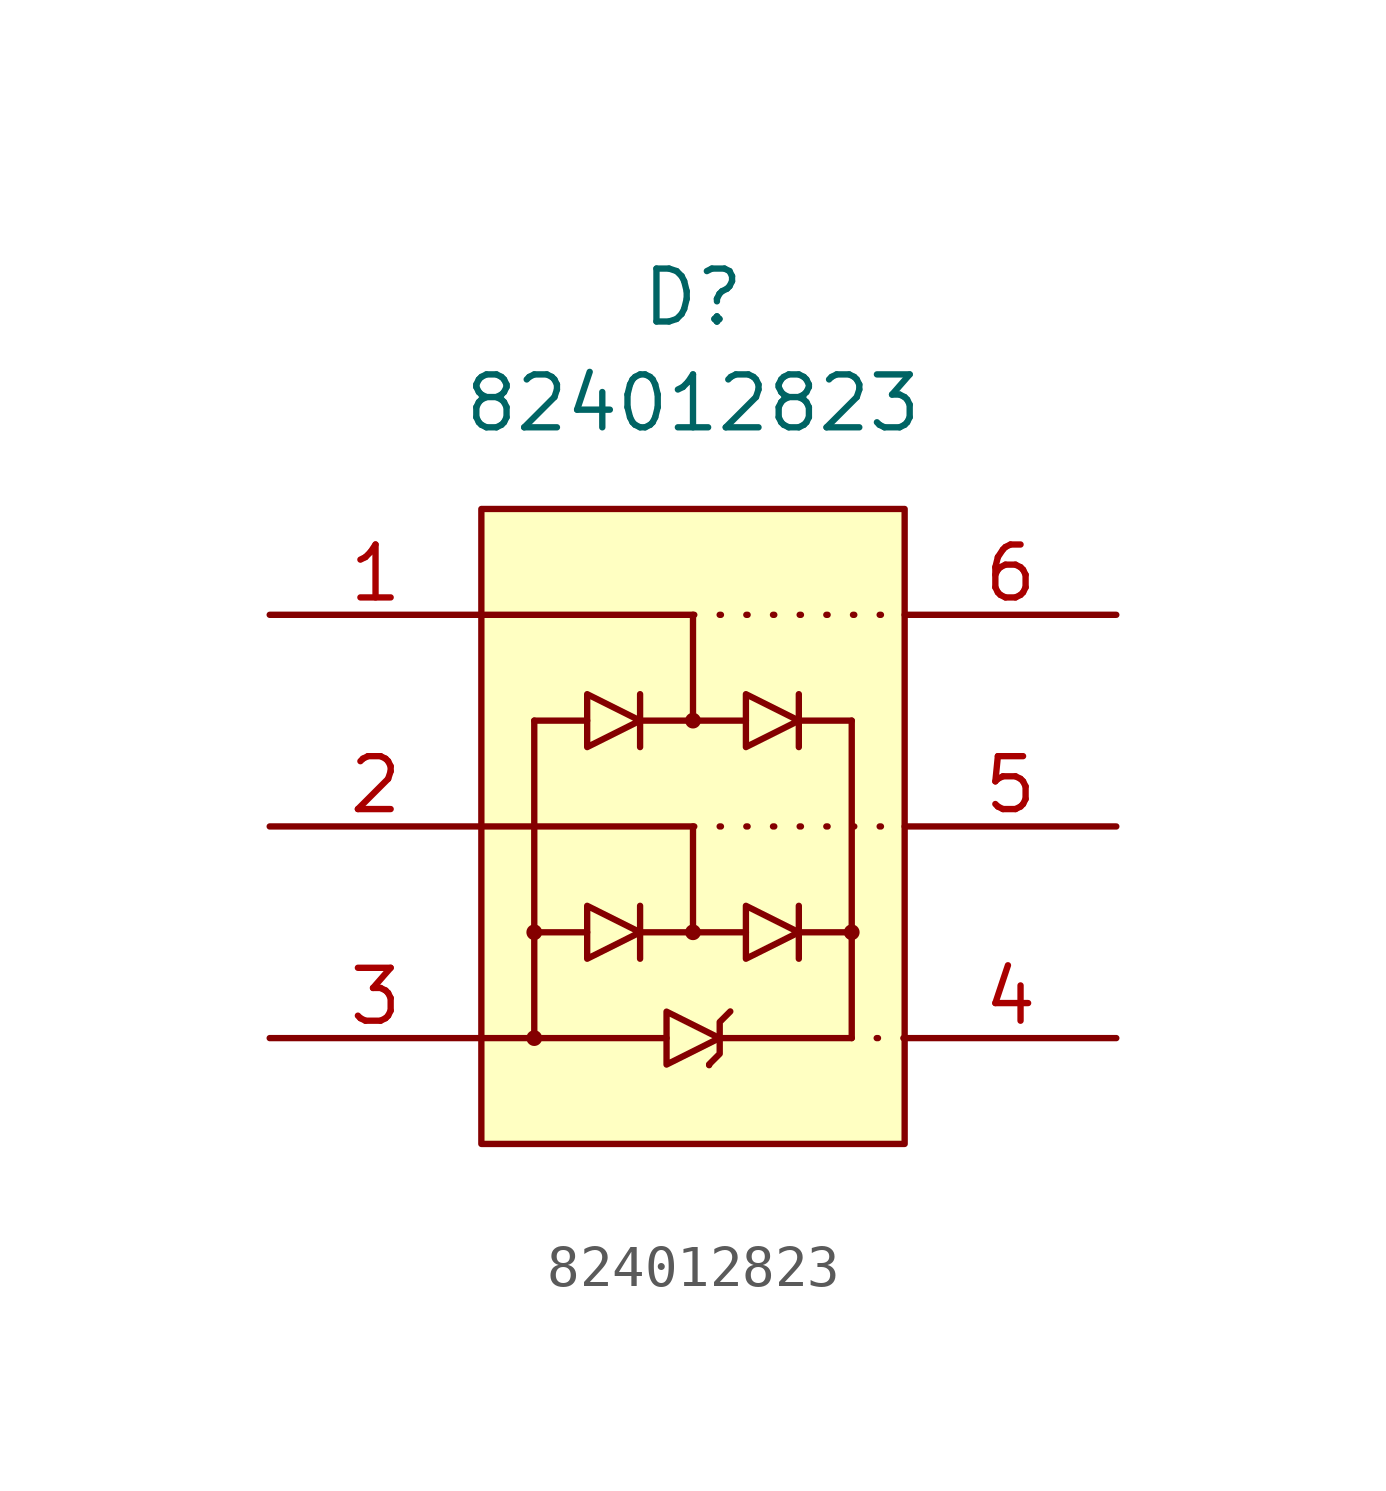
<source format=kicad_sym>
(kicad_symbol_lib
  (version 20241209)
  (generator "kicad_symbol_editor")
  (generator_version "9.0")
  (symbol "824012823"
    (property "Reference" "D"
      (at 0 5.08 0)
      (effects (font (size 1.27 1.27))))
    (property "Value" "824012823"
      (at 0 2.54 0)
      (effects (font (size 1.27 1.27))))
    (symbol "824012823_0_1"
      (polyline (pts (xy -5.08 -7.62) (xy 0 -7.62) (xy 0 -10.16)) (stroke (width 0) (type default)) (fill (type none)))
      (polyline (pts (xy -3.81 -5.08) (xy -3.81 -12.7)) (stroke (width 0) (type default)) (fill (type none)))
      (circle (center -3.81 -10.16) (radius 0.113) (stroke (width 0) (type default)) (fill (type none)))
      (circle (center -3.81 -12.7) (radius 0.113) (stroke (width 0) (type default)) (fill (type none)))
      (polyline (pts (xy -3.81 -12.7) (xy -5.08 -12.7)) (stroke (width 0) (type default)) (fill (type none)))
      (polyline (pts (xy -1.27 -4.445) (xy -1.27 -5.715)) (stroke (width 0) (type default)) (fill (type none)))
      (polyline (pts (xy -1.27 -5.08) (xy 1.27 -5.08)) (stroke (width 0) (type default)) (fill (type none)))
      (polyline (pts (xy -1.27 -5.08) (xy -2.54 -4.445) (xy -2.54 -5.715) (xy -1.27 -5.08)) (stroke (width 0) (type default)) (fill (type none)))
      (polyline (pts (xy -1.27 -9.525) (xy -1.27 -10.795)) (stroke (width 0) (type default)) (fill (type none)))
      (polyline (pts (xy -1.27 -10.16) (xy 1.27 -10.16)) (stroke (width 0) (type default)) (fill (type none)))
      (polyline (pts (xy -1.27 -10.16) (xy -2.54 -9.525) (xy -2.54 -10.795) (xy -1.27 -10.16)) (stroke (width 0) (type default)) (fill (type none)))
      (polyline (pts (xy -0.635 -12.7) (xy -3.81 -12.7)) (stroke (width 0) (type default)) (fill (type none)))
      (polyline (pts (xy 0 -5.08) (xy 0 -2.54) (xy -5.08 -2.54)) (stroke (width 0) (type default)) (fill (type none)))
      (circle (center 0 -5.08) (radius 0.113) (stroke (width 0) (type default)) (fill (type none)))
      (circle (center 0 -10.16) (radius 0.113) (stroke (width 0) (type default)) (fill (type none)))
      (polyline (pts (xy 0.387 -13.35) (xy 0.387 -13.35)) (stroke (width 0) (type default)) (fill (type none)))
      (polyline (pts (xy 0.635 -12.7) (xy -0.635 -12.065) (xy -0.635 -13.335) (xy 0.635 -12.7)) (stroke (width 0) (type default)) (fill (type none)))
      (polyline (pts (xy 0.895 -12.06) (xy 0.641 -12.314) (xy 0.641 -13.076) (xy 0.387 -13.33)) (stroke (width 0) (type default)) (fill (type none)))
      (polyline (pts (xy 2.54 -4.445) (xy 2.54 -5.715)) (stroke (width 0) (type default)) (fill (type none)))
      (polyline (pts (xy 2.54 -5.08) (xy 1.27 -4.445) (xy 1.27 -5.715) (xy 2.54 -5.08)) (stroke (width 0) (type default)) (fill (type none)))
      (polyline (pts (xy 2.54 -9.525) (xy 2.54 -10.795)) (stroke (width 0) (type default)) (fill (type none)))
      (polyline (pts (xy 2.54 -10.16) (xy 1.27 -9.525) (xy 1.27 -10.795) (xy 2.54 -10.16)) (stroke (width 0) (type default)) (fill (type none)))
      (polyline (pts (xy 3.81 -5.08) (xy 3.81 -12.7)) (stroke (width 0) (type default)) (fill (type none)))
      (circle (center 3.81 -10.16) (radius 0.113) (stroke (width 0) (type default)) (fill (type none)))
      (polyline (pts (xy 3.81 -12.7) (xy 0.635 -12.7)) (stroke (width 0) (type default)) (fill (type none))))
    (symbol "824012823_1_1"
      (rectangle (start -5.08 0) (end 5.08 -15.24) (stroke (width 0) (type solid)) (fill (type background)))
      (polyline (pts (xy -2.54 -5.08) (xy -3.81 -5.08)) (stroke (width 0) (type default)) (fill (type none)))
      (polyline (pts (xy -2.54 -10.16) (xy -3.81 -10.16)) (stroke (width 0) (type default)) (fill (type none)))
      (polyline (pts (xy 0 -2.54) (xy 5.08 -2.54)) (stroke (width 0) (type dot)) (fill (type none)))
      (polyline (pts (xy 0 -7.62) (xy 5.08 -7.62)) (stroke (width 0) (type dot)) (fill (type none)))
      (polyline (pts (xy 3.81 -5.08) (xy 2.54 -5.08)) (stroke (width 0) (type default)) (fill (type none)))
      (polyline (pts (xy 3.81 -10.16) (xy 2.54 -10.16)) (stroke (width 0) (type default)) (fill (type none)))
      (polyline (pts (xy 5.08 -12.7) (xy 3.81 -12.7)) (stroke (width 0) (type dot)) (fill (type none)))
      (pin passive line (at -10.16 -2.54 0) (length 5.08) (name "~" (effects (font (size 1.27 1.27)))) (number "1" (effects (font (size 1.27 1.27)))))
      (pin passive line (at -10.16 -7.62 0) (length 5.08) (name "~" (effects (font (size 1.27 1.27)))) (number "2" (effects (font (size 1.27 1.27)))))
      (pin passive line (at -10.16 -12.7 0) (length 5.08) (name "~" (effects (font (size 1.27 1.27)))) (number "3" (effects (font (size 1.27 1.27)))))
      (pin passive line (at 10.16 -2.54 180) (length 5.08) (name "~" (effects (font (size 1.27 1.27)))) (number "6" (effects (font (size 1.27 1.27)))))
      (pin passive line (at 10.16 -7.62 180) (length 5.08) (name "~" (effects (font (size 1.27 1.27)))) (number "5" (effects (font (size 1.27 1.27)))))
      (pin passive line (at 10.16 -12.7 180) (length 5.08) (name "~" (effects (font (size 1.27 1.27)))) (number "4" (effects (font (size 1.27 1.27))))))))
</source>
